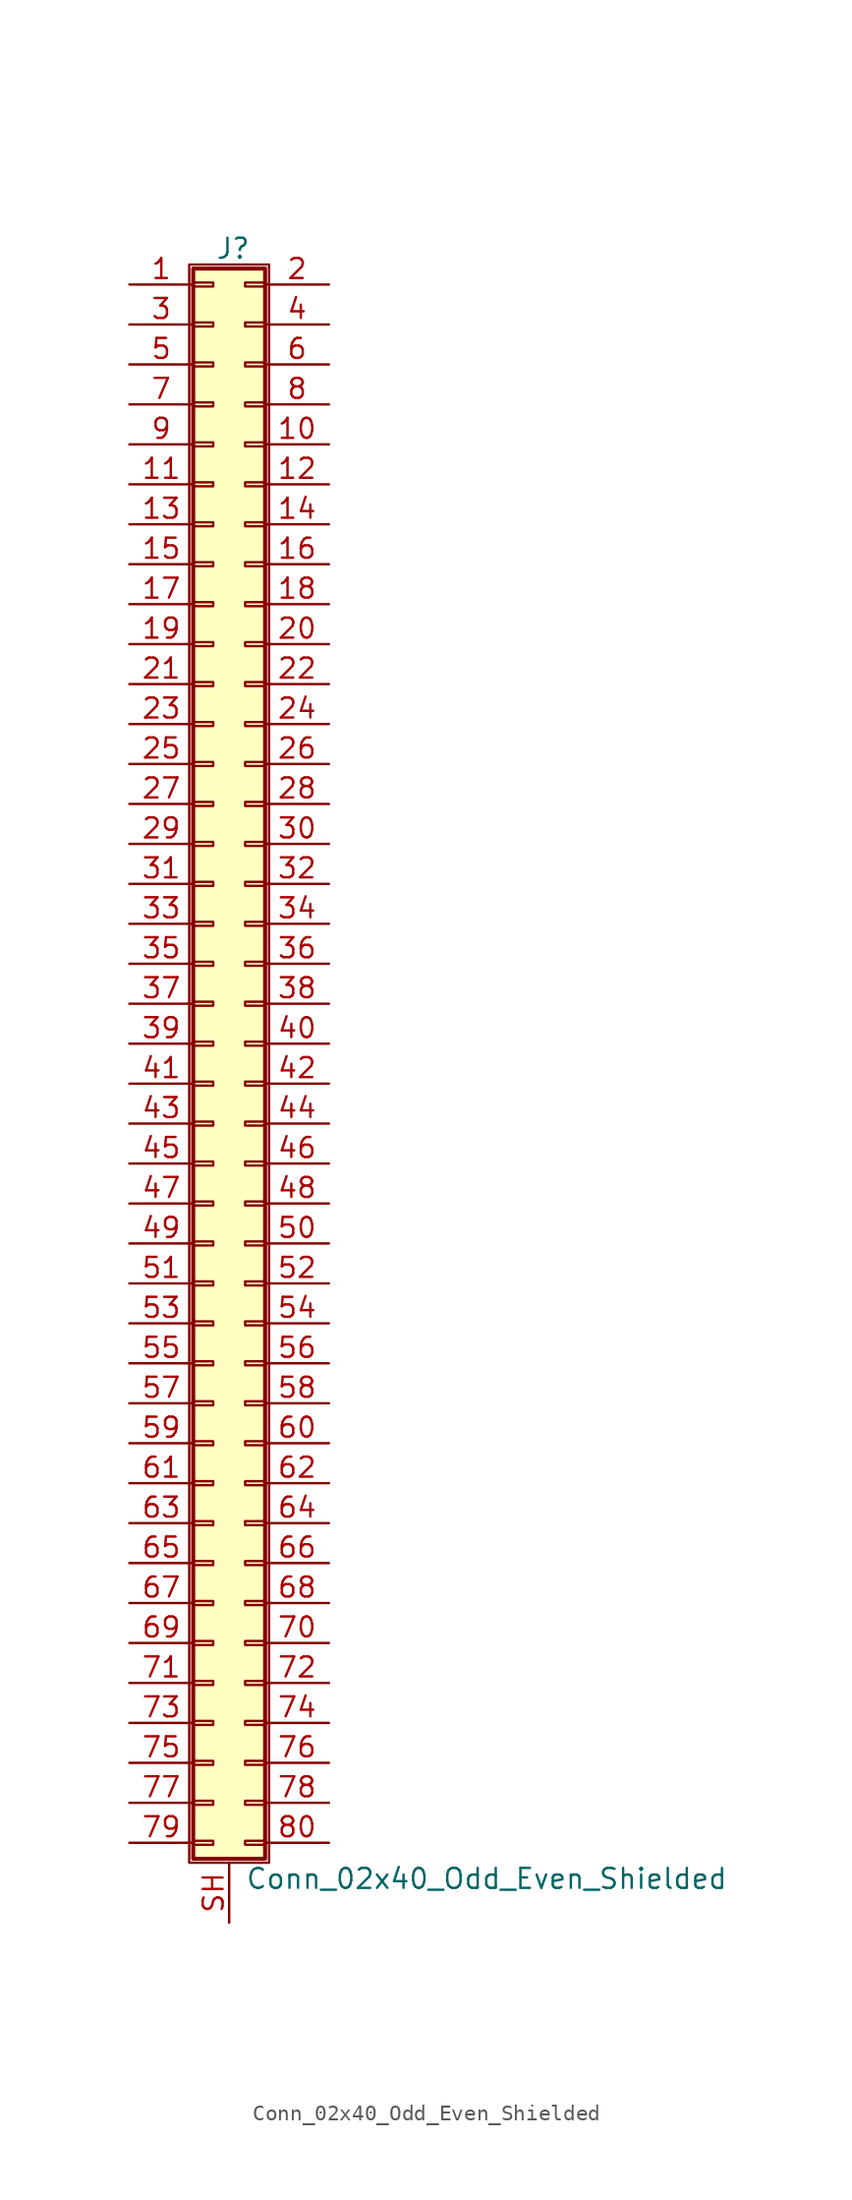
<source format=kicad_sym>
(kicad_symbol_lib
  (version 20201005)
  (generator kicad_symbol_editor)
  (symbol "Conn_02x40_Odd_Even_Shielded"
    (pin_names
      (offset 1.016) hide)
    (property "Reference" "J"
      (at 1.524 50.546 0)
      (effects (font (size 1.27 1.27))))
    (property "Value" "Conn_02x40_Odd_Even_Shielded"
      (at 2.286 -53.086 0)
      (effects (font (size 1.27 1.27)) (justify left)))
    (symbol "Conn_02x40_Odd_Even_Shielded_1_1"
      (rectangle (start -1.27 49.53) (end 3.81 -52.07) (stroke (width 0.152)) (fill (type none)))
      (rectangle (start -1.016 -50.673) (end 0.254 -50.927) (stroke (width 0.152)) (fill (type none)))
      (rectangle (start -1.016 -48.133) (end 0.254 -48.387) (stroke (width 0.152)) (fill (type none)))
      (rectangle (start -1.016 -45.593) (end 0.254 -45.847) (stroke (width 0.152)) (fill (type none)))
      (rectangle (start -1.016 -43.053) (end 0.254 -43.307) (stroke (width 0.152)) (fill (type none)))
      (rectangle (start -1.016 -40.513) (end 0.254 -40.767) (stroke (width 0.152)) (fill (type none)))
      (rectangle (start -1.016 -37.973) (end 0.254 -38.227) (stroke (width 0.152)) (fill (type none)))
      (rectangle (start -1.016 -35.433) (end 0.254 -35.687) (stroke (width 0.152)) (fill (type none)))
      (rectangle (start -1.016 -32.893) (end 0.254 -33.147) (stroke (width 0.152)) (fill (type none)))
      (rectangle (start -1.016 -30.353) (end 0.254 -30.607) (stroke (width 0.152)) (fill (type none)))
      (rectangle (start -1.016 -27.813) (end 0.254 -28.067) (stroke (width 0.152)) (fill (type none)))
      (rectangle (start -1.016 -25.273) (end 0.254 -25.527) (stroke (width 0.152)) (fill (type none)))
      (rectangle (start -1.016 -22.733) (end 0.254 -22.987) (stroke (width 0.152)) (fill (type none)))
      (rectangle (start -1.016 -20.193) (end 0.254 -20.447) (stroke (width 0.152)) (fill (type none)))
      (rectangle (start -1.016 -17.653) (end 0.254 -17.907) (stroke (width 0.152)) (fill (type none)))
      (rectangle (start -1.016 -15.113) (end 0.254 -15.367) (stroke (width 0.152)) (fill (type none)))
      (rectangle (start -1.016 -12.573) (end 0.254 -12.827) (stroke (width 0.152)) (fill (type none)))
      (rectangle (start -1.016 -10.033) (end 0.254 -10.287) (stroke (width 0.152)) (fill (type none)))
      (rectangle (start -1.016 -7.493) (end 0.254 -7.747) (stroke (width 0.152)) (fill (type none)))
      (rectangle (start -1.016 -4.953) (end 0.254 -5.207) (stroke (width 0.152)) (fill (type none)))
      (rectangle (start -1.016 -2.413) (end 0.254 -2.667) (stroke (width 0.152)) (fill (type none)))
      (rectangle (start -1.016 0.127) (end 0.254 -0.127) (stroke (width 0.152)) (fill (type none)))
      (rectangle (start -1.016 2.667) (end 0.254 2.413) (stroke (width 0.152)) (fill (type none)))
      (rectangle (start -1.016 5.207) (end 0.254 4.953) (stroke (width 0.152)) (fill (type none)))
      (rectangle (start -1.016 7.747) (end 0.254 7.493) (stroke (width 0.152)) (fill (type none)))
      (rectangle (start -1.016 10.287) (end 0.254 10.033) (stroke (width 0.152)) (fill (type none)))
      (rectangle (start -1.016 12.827) (end 0.254 12.573) (stroke (width 0.152)) (fill (type none)))
      (rectangle (start -1.016 15.367) (end 0.254 15.113) (stroke (width 0.152)) (fill (type none)))
      (rectangle (start -1.016 17.907) (end 0.254 17.653) (stroke (width 0.152)) (fill (type none)))
      (rectangle (start -1.016 20.447) (end 0.254 20.193) (stroke (width 0.152)) (fill (type none)))
      (rectangle (start -1.016 22.987) (end 0.254 22.733) (stroke (width 0.152)) (fill (type none)))
      (rectangle (start -1.016 25.527) (end 0.254 25.273) (stroke (width 0.152)) (fill (type none)))
      (rectangle (start -1.016 28.067) (end 0.254 27.813) (stroke (width 0.152)) (fill (type none)))
      (rectangle (start -1.016 30.607) (end 0.254 30.353) (stroke (width 0.152)) (fill (type none)))
      (rectangle (start -1.016 33.147) (end 0.254 32.893) (stroke (width 0.152)) (fill (type none)))
      (rectangle (start -1.016 35.687) (end 0.254 35.433) (stroke (width 0.152)) (fill (type none)))
      (rectangle (start -1.016 38.227) (end 0.254 37.973) (stroke (width 0.152)) (fill (type none)))
      (rectangle (start -1.016 40.767) (end 0.254 40.513) (stroke (width 0.152)) (fill (type none)))
      (rectangle (start -1.016 43.307) (end 0.254 43.053) (stroke (width 0.152)) (fill (type none)))
      (rectangle (start -1.016 45.847) (end 0.254 45.593) (stroke (width 0.152)) (fill (type none)))
      (rectangle (start -1.016 48.387) (end 0.254 48.133) (stroke (width 0.152)) (fill (type none)))
      (rectangle (start -1.016 49.276) (end 3.556 -51.816) (stroke (width 0.254)) (fill (type background)))
      (rectangle (start 3.556 -50.673) (end 2.286 -50.927) (stroke (width 0.152)) (fill (type none)))
      (rectangle (start 3.556 -48.133) (end 2.286 -48.387) (stroke (width 0.152)) (fill (type none)))
      (rectangle (start 3.556 -45.593) (end 2.286 -45.847) (stroke (width 0.152)) (fill (type none)))
      (rectangle (start 3.556 -43.053) (end 2.286 -43.307) (stroke (width 0.152)) (fill (type none)))
      (rectangle (start 3.556 -40.513) (end 2.286 -40.767) (stroke (width 0.152)) (fill (type none)))
      (rectangle (start 3.556 -37.973) (end 2.286 -38.227) (stroke (width 0.152)) (fill (type none)))
      (rectangle (start 3.556 -35.433) (end 2.286 -35.687) (stroke (width 0.152)) (fill (type none)))
      (rectangle (start 3.556 -32.893) (end 2.286 -33.147) (stroke (width 0.152)) (fill (type none)))
      (rectangle (start 3.556 -30.353) (end 2.286 -30.607) (stroke (width 0.152)) (fill (type none)))
      (rectangle (start 3.556 -27.813) (end 2.286 -28.067) (stroke (width 0.152)) (fill (type none)))
      (rectangle (start 3.556 -25.273) (end 2.286 -25.527) (stroke (width 0.152)) (fill (type none)))
      (rectangle (start 3.556 -22.733) (end 2.286 -22.987) (stroke (width 0.152)) (fill (type none)))
      (rectangle (start 3.556 -20.193) (end 2.286 -20.447) (stroke (width 0.152)) (fill (type none)))
      (rectangle (start 3.556 -17.653) (end 2.286 -17.907) (stroke (width 0.152)) (fill (type none)))
      (rectangle (start 3.556 -15.113) (end 2.286 -15.367) (stroke (width 0.152)) (fill (type none)))
      (rectangle (start 3.556 -12.573) (end 2.286 -12.827) (stroke (width 0.152)) (fill (type none)))
      (rectangle (start 3.556 -10.033) (end 2.286 -10.287) (stroke (width 0.152)) (fill (type none)))
      (rectangle (start 3.556 -7.493) (end 2.286 -7.747) (stroke (width 0.152)) (fill (type none)))
      (rectangle (start 3.556 -4.953) (end 2.286 -5.207) (stroke (width 0.152)) (fill (type none)))
      (rectangle (start 3.556 -2.413) (end 2.286 -2.667) (stroke (width 0.152)) (fill (type none)))
      (rectangle (start 3.556 0.127) (end 2.286 -0.127) (stroke (width 0.152)) (fill (type none)))
      (rectangle (start 3.556 2.667) (end 2.286 2.413) (stroke (width 0.152)) (fill (type none)))
      (rectangle (start 3.556 5.207) (end 2.286 4.953) (stroke (width 0.152)) (fill (type none)))
      (rectangle (start 3.556 7.747) (end 2.286 7.493) (stroke (width 0.152)) (fill (type none)))
      (rectangle (start 3.556 10.287) (end 2.286 10.033) (stroke (width 0.152)) (fill (type none)))
      (rectangle (start 3.556 12.827) (end 2.286 12.573) (stroke (width 0.152)) (fill (type none)))
      (rectangle (start 3.556 15.367) (end 2.286 15.113) (stroke (width 0.152)) (fill (type none)))
      (rectangle (start 3.556 17.907) (end 2.286 17.653) (stroke (width 0.152)) (fill (type none)))
      (rectangle (start 3.556 20.447) (end 2.286 20.193) (stroke (width 0.152)) (fill (type none)))
      (rectangle (start 3.556 22.987) (end 2.286 22.733) (stroke (width 0.152)) (fill (type none)))
      (rectangle (start 3.556 25.527) (end 2.286 25.273) (stroke (width 0.152)) (fill (type none)))
      (rectangle (start 3.556 28.067) (end 2.286 27.813) (stroke (width 0.152)) (fill (type none)))
      (rectangle (start 3.556 30.607) (end 2.286 30.353) (stroke (width 0.152)) (fill (type none)))
      (rectangle (start 3.556 33.147) (end 2.286 32.893) (stroke (width 0.152)) (fill (type none)))
      (rectangle (start 3.556 35.687) (end 2.286 35.433) (stroke (width 0.152)) (fill (type none)))
      (rectangle (start 3.556 38.227) (end 2.286 37.973) (stroke (width 0.152)) (fill (type none)))
      (rectangle (start 3.556 40.767) (end 2.286 40.513) (stroke (width 0.152)) (fill (type none)))
      (rectangle (start 3.556 43.307) (end 2.286 43.053) (stroke (width 0.152)) (fill (type none)))
      (rectangle (start 3.556 45.847) (end 2.286 45.593) (stroke (width 0.152)) (fill (type none)))
      (rectangle (start 3.556 48.387) (end 2.286 48.133) (stroke (width 0.152)) (fill (type none)))
      (pin passive line (at -5.08 48.26 0) (length 4.064) (name "Pin_1" (effects (font (size 1.27 1.27)))) (number "1" (effects (font (size 1.27 1.27)))))
      (pin passive line (at 7.62 38.1 180) (length 4.064) (name "Pin_10" (effects (font (size 1.27 1.27)))) (number "10" (effects (font (size 1.27 1.27)))))
      (pin passive line (at -5.08 35.56 0) (length 4.064) (name "Pin_11" (effects (font (size 1.27 1.27)))) (number "11" (effects (font (size 1.27 1.27)))))
      (pin passive line (at 7.62 35.56 180) (length 4.064) (name "Pin_12" (effects (font (size 1.27 1.27)))) (number "12" (effects (font (size 1.27 1.27)))))
      (pin passive line (at -5.08 33.02 0) (length 4.064) (name "Pin_13" (effects (font (size 1.27 1.27)))) (number "13" (effects (font (size 1.27 1.27)))))
      (pin passive line (at 7.62 33.02 180) (length 4.064) (name "Pin_14" (effects (font (size 1.27 1.27)))) (number "14" (effects (font (size 1.27 1.27)))))
      (pin passive line (at -5.08 30.48 0) (length 4.064) (name "Pin_15" (effects (font (size 1.27 1.27)))) (number "15" (effects (font (size 1.27 1.27)))))
      (pin passive line (at 7.62 30.48 180) (length 4.064) (name "Pin_16" (effects (font (size 1.27 1.27)))) (number "16" (effects (font (size 1.27 1.27)))))
      (pin passive line (at -5.08 27.94 0) (length 4.064) (name "Pin_17" (effects (font (size 1.27 1.27)))) (number "17" (effects (font (size 1.27 1.27)))))
      (pin passive line (at 7.62 27.94 180) (length 4.064) (name "Pin_18" (effects (font (size 1.27 1.27)))) (number "18" (effects (font (size 1.27 1.27)))))
      (pin passive line (at -5.08 25.4 0) (length 4.064) (name "Pin_19" (effects (font (size 1.27 1.27)))) (number "19" (effects (font (size 1.27 1.27)))))
      (pin passive line (at 7.62 48.26 180) (length 4.064) (name "Pin_2" (effects (font (size 1.27 1.27)))) (number "2" (effects (font (size 1.27 1.27)))))
      (pin passive line (at 7.62 25.4 180) (length 4.064) (name "Pin_20" (effects (font (size 1.27 1.27)))) (number "20" (effects (font (size 1.27 1.27)))))
      (pin passive line (at -5.08 22.86 0) (length 4.064) (name "Pin_21" (effects (font (size 1.27 1.27)))) (number "21" (effects (font (size 1.27 1.27)))))
      (pin passive line (at 7.62 22.86 180) (length 4.064) (name "Pin_22" (effects (font (size 1.27 1.27)))) (number "22" (effects (font (size 1.27 1.27)))))
      (pin passive line (at -5.08 20.32 0) (length 4.064) (name "Pin_23" (effects (font (size 1.27 1.27)))) (number "23" (effects (font (size 1.27 1.27)))))
      (pin passive line (at 7.62 20.32 180) (length 4.064) (name "Pin_24" (effects (font (size 1.27 1.27)))) (number "24" (effects (font (size 1.27 1.27)))))
      (pin passive line (at -5.08 17.78 0) (length 4.064) (name "Pin_25" (effects (font (size 1.27 1.27)))) (number "25" (effects (font (size 1.27 1.27)))))
      (pin passive line (at 7.62 17.78 180) (length 4.064) (name "Pin_26" (effects (font (size 1.27 1.27)))) (number "26" (effects (font (size 1.27 1.27)))))
      (pin passive line (at -5.08 15.24 0) (length 4.064) (name "Pin_27" (effects (font (size 1.27 1.27)))) (number "27" (effects (font (size 1.27 1.27)))))
      (pin passive line (at 7.62 15.24 180) (length 4.064) (name "Pin_28" (effects (font (size 1.27 1.27)))) (number "28" (effects (font (size 1.27 1.27)))))
      (pin passive line (at -5.08 12.7 0) (length 4.064) (name "Pin_29" (effects (font (size 1.27 1.27)))) (number "29" (effects (font (size 1.27 1.27)))))
      (pin passive line (at -5.08 45.72 0) (length 4.064) (name "Pin_3" (effects (font (size 1.27 1.27)))) (number "3" (effects (font (size 1.27 1.27)))))
      (pin passive line (at 7.62 12.7 180) (length 4.064) (name "Pin_30" (effects (font (size 1.27 1.27)))) (number "30" (effects (font (size 1.27 1.27)))))
      (pin passive line (at -5.08 10.16 0) (length 4.064) (name "Pin_31" (effects (font (size 1.27 1.27)))) (number "31" (effects (font (size 1.27 1.27)))))
      (pin passive line (at 7.62 10.16 180) (length 4.064) (name "Pin_32" (effects (font (size 1.27 1.27)))) (number "32" (effects (font (size 1.27 1.27)))))
      (pin passive line (at -5.08 7.62 0) (length 4.064) (name "Pin_33" (effects (font (size 1.27 1.27)))) (number "33" (effects (font (size 1.27 1.27)))))
      (pin passive line (at 7.62 7.62 180) (length 4.064) (name "Pin_34" (effects (font (size 1.27 1.27)))) (number "34" (effects (font (size 1.27 1.27)))))
      (pin passive line (at -5.08 5.08 0) (length 4.064) (name "Pin_35" (effects (font (size 1.27 1.27)))) (number "35" (effects (font (size 1.27 1.27)))))
      (pin passive line (at 7.62 5.08 180) (length 4.064) (name "Pin_36" (effects (font (size 1.27 1.27)))) (number "36" (effects (font (size 1.27 1.27)))))
      (pin passive line (at -5.08 2.54 0) (length 4.064) (name "Pin_37" (effects (font (size 1.27 1.27)))) (number "37" (effects (font (size 1.27 1.27)))))
      (pin passive line (at 7.62 2.54 180) (length 4.064) (name "Pin_38" (effects (font (size 1.27 1.27)))) (number "38" (effects (font (size 1.27 1.27)))))
      (pin passive line (at -5.08 0 0) (length 4.064) (name "Pin_39" (effects (font (size 1.27 1.27)))) (number "39" (effects (font (size 1.27 1.27)))))
      (pin passive line (at 7.62 45.72 180) (length 4.064) (name "Pin_4" (effects (font (size 1.27 1.27)))) (number "4" (effects (font (size 1.27 1.27)))))
      (pin passive line (at 7.62 0 180) (length 4.064) (name "Pin_40" (effects (font (size 1.27 1.27)))) (number "40" (effects (font (size 1.27 1.27)))))
      (pin passive line (at -5.08 -2.54 0) (length 4.064) (name "Pin_41" (effects (font (size 1.27 1.27)))) (number "41" (effects (font (size 1.27 1.27)))))
      (pin passive line (at 7.62 -2.54 180) (length 4.064) (name "Pin_42" (effects (font (size 1.27 1.27)))) (number "42" (effects (font (size 1.27 1.27)))))
      (pin passive line (at -5.08 -5.08 0) (length 4.064) (name "Pin_43" (effects (font (size 1.27 1.27)))) (number "43" (effects (font (size 1.27 1.27)))))
      (pin passive line (at 7.62 -5.08 180) (length 4.064) (name "Pin_44" (effects (font (size 1.27 1.27)))) (number "44" (effects (font (size 1.27 1.27)))))
      (pin passive line (at -5.08 -7.62 0) (length 4.064) (name "Pin_45" (effects (font (size 1.27 1.27)))) (number "45" (effects (font (size 1.27 1.27)))))
      (pin passive line (at 7.62 -7.62 180) (length 4.064) (name "Pin_46" (effects (font (size 1.27 1.27)))) (number "46" (effects (font (size 1.27 1.27)))))
      (pin passive line (at -5.08 -10.16 0) (length 4.064) (name "Pin_47" (effects (font (size 1.27 1.27)))) (number "47" (effects (font (size 1.27 1.27)))))
      (pin passive line (at 7.62 -10.16 180) (length 4.064) (name "Pin_48" (effects (font (size 1.27 1.27)))) (number "48" (effects (font (size 1.27 1.27)))))
      (pin passive line (at -5.08 -12.7 0) (length 4.064) (name "Pin_49" (effects (font (size 1.27 1.27)))) (number "49" (effects (font (size 1.27 1.27)))))
      (pin passive line (at -5.08 43.18 0) (length 4.064) (name "Pin_5" (effects (font (size 1.27 1.27)))) (number "5" (effects (font (size 1.27 1.27)))))
      (pin passive line (at 7.62 -12.7 180) (length 4.064) (name "Pin_50" (effects (font (size 1.27 1.27)))) (number "50" (effects (font (size 1.27 1.27)))))
      (pin passive line (at -5.08 -15.24 0) (length 4.064) (name "Pin_51" (effects (font (size 1.27 1.27)))) (number "51" (effects (font (size 1.27 1.27)))))
      (pin passive line (at 7.62 -15.24 180) (length 4.064) (name "Pin_52" (effects (font (size 1.27 1.27)))) (number "52" (effects (font (size 1.27 1.27)))))
      (pin passive line (at -5.08 -17.78 0) (length 4.064) (name "Pin_53" (effects (font (size 1.27 1.27)))) (number "53" (effects (font (size 1.27 1.27)))))
      (pin passive line (at 7.62 -17.78 180) (length 4.064) (name "Pin_54" (effects (font (size 1.27 1.27)))) (number "54" (effects (font (size 1.27 1.27)))))
      (pin passive line (at -5.08 -20.32 0) (length 4.064) (name "Pin_55" (effects (font (size 1.27 1.27)))) (number "55" (effects (font (size 1.27 1.27)))))
      (pin passive line (at 7.62 -20.32 180) (length 4.064) (name "Pin_56" (effects (font (size 1.27 1.27)))) (number "56" (effects (font (size 1.27 1.27)))))
      (pin passive line (at -5.08 -22.86 0) (length 4.064) (name "Pin_57" (effects (font (size 1.27 1.27)))) (number "57" (effects (font (size 1.27 1.27)))))
      (pin passive line (at 7.62 -22.86 180) (length 4.064) (name "Pin_58" (effects (font (size 1.27 1.27)))) (number "58" (effects (font (size 1.27 1.27)))))
      (pin passive line (at -5.08 -25.4 0) (length 4.064) (name "Pin_59" (effects (font (size 1.27 1.27)))) (number "59" (effects (font (size 1.27 1.27)))))
      (pin passive line (at 7.62 43.18 180) (length 4.064) (name "Pin_6" (effects (font (size 1.27 1.27)))) (number "6" (effects (font (size 1.27 1.27)))))
      (pin passive line (at 7.62 -25.4 180) (length 4.064) (name "Pin_60" (effects (font (size 1.27 1.27)))) (number "60" (effects (font (size 1.27 1.27)))))
      (pin passive line (at -5.08 -27.94 0) (length 4.064) (name "Pin_61" (effects (font (size 1.27 1.27)))) (number "61" (effects (font (size 1.27 1.27)))))
      (pin passive line (at 7.62 -27.94 180) (length 4.064) (name "Pin_62" (effects (font (size 1.27 1.27)))) (number "62" (effects (font (size 1.27 1.27)))))
      (pin passive line (at -5.08 -30.48 0) (length 4.064) (name "Pin_63" (effects (font (size 1.27 1.27)))) (number "63" (effects (font (size 1.27 1.27)))))
      (pin passive line (at 7.62 -30.48 180) (length 4.064) (name "Pin_64" (effects (font (size 1.27 1.27)))) (number "64" (effects (font (size 1.27 1.27)))))
      (pin passive line (at -5.08 -33.02 0) (length 4.064) (name "Pin_65" (effects (font (size 1.27 1.27)))) (number "65" (effects (font (size 1.27 1.27)))))
      (pin passive line (at 7.62 -33.02 180) (length 4.064) (name "Pin_66" (effects (font (size 1.27 1.27)))) (number "66" (effects (font (size 1.27 1.27)))))
      (pin passive line (at -5.08 -35.56 0) (length 4.064) (name "Pin_67" (effects (font (size 1.27 1.27)))) (number "67" (effects (font (size 1.27 1.27)))))
      (pin passive line (at 7.62 -35.56 180) (length 4.064) (name "Pin_68" (effects (font (size 1.27 1.27)))) (number "68" (effects (font (size 1.27 1.27)))))
      (pin passive line (at -5.08 -38.1 0) (length 4.064) (name "Pin_69" (effects (font (size 1.27 1.27)))) (number "69" (effects (font (size 1.27 1.27)))))
      (pin passive line (at -5.08 40.64 0) (length 4.064) (name "Pin_7" (effects (font (size 1.27 1.27)))) (number "7" (effects (font (size 1.27 1.27)))))
      (pin passive line (at 7.62 -38.1 180) (length 4.064) (name "Pin_70" (effects (font (size 1.27 1.27)))) (number "70" (effects (font (size 1.27 1.27)))))
      (pin passive line (at -5.08 -40.64 0) (length 4.064) (name "Pin_71" (effects (font (size 1.27 1.27)))) (number "71" (effects (font (size 1.27 1.27)))))
      (pin passive line (at 7.62 -40.64 180) (length 4.064) (name "Pin_72" (effects (font (size 1.27 1.27)))) (number "72" (effects (font (size 1.27 1.27)))))
      (pin passive line (at -5.08 -43.18 0) (length 4.064) (name "Pin_73" (effects (font (size 1.27 1.27)))) (number "73" (effects (font (size 1.27 1.27)))))
      (pin passive line (at 7.62 -43.18 180) (length 4.064) (name "Pin_74" (effects (font (size 1.27 1.27)))) (number "74" (effects (font (size 1.27 1.27)))))
      (pin passive line (at -5.08 -45.72 0) (length 4.064) (name "Pin_75" (effects (font (size 1.27 1.27)))) (number "75" (effects (font (size 1.27 1.27)))))
      (pin passive line (at 7.62 -45.72 180) (length 4.064) (name "Pin_76" (effects (font (size 1.27 1.27)))) (number "76" (effects (font (size 1.27 1.27)))))
      (pin passive line (at -5.08 -48.26 0) (length 4.064) (name "Pin_77" (effects (font (size 1.27 1.27)))) (number "77" (effects (font (size 1.27 1.27)))))
      (pin passive line (at 7.62 -48.26 180) (length 4.064) (name "Pin_78" (effects (font (size 1.27 1.27)))) (number "78" (effects (font (size 1.27 1.27)))))
      (pin passive line (at -5.08 -50.8 0) (length 4.064) (name "Pin_79" (effects (font (size 1.27 1.27)))) (number "79" (effects (font (size 1.27 1.27)))))
      (pin passive line (at 7.62 40.64 180) (length 4.064) (name "Pin_8" (effects (font (size 1.27 1.27)))) (number "8" (effects (font (size 1.27 1.27)))))
      (pin passive line (at 7.62 -50.8 180) (length 4.064) (name "Pin_80" (effects (font (size 1.27 1.27)))) (number "80" (effects (font (size 1.27 1.27)))))
      (pin passive line (at -5.08 38.1 0) (length 4.064) (name "Pin_9" (effects (font (size 1.27 1.27)))) (number "9" (effects (font (size 1.27 1.27)))))
      (pin passive line (at 1.27 -55.88 90) (length 3.81) (name "Shield" (effects (font (size 1.27 1.27)))) (number "SH" (effects (font (size 1.27 1.27))))))))
</source>
